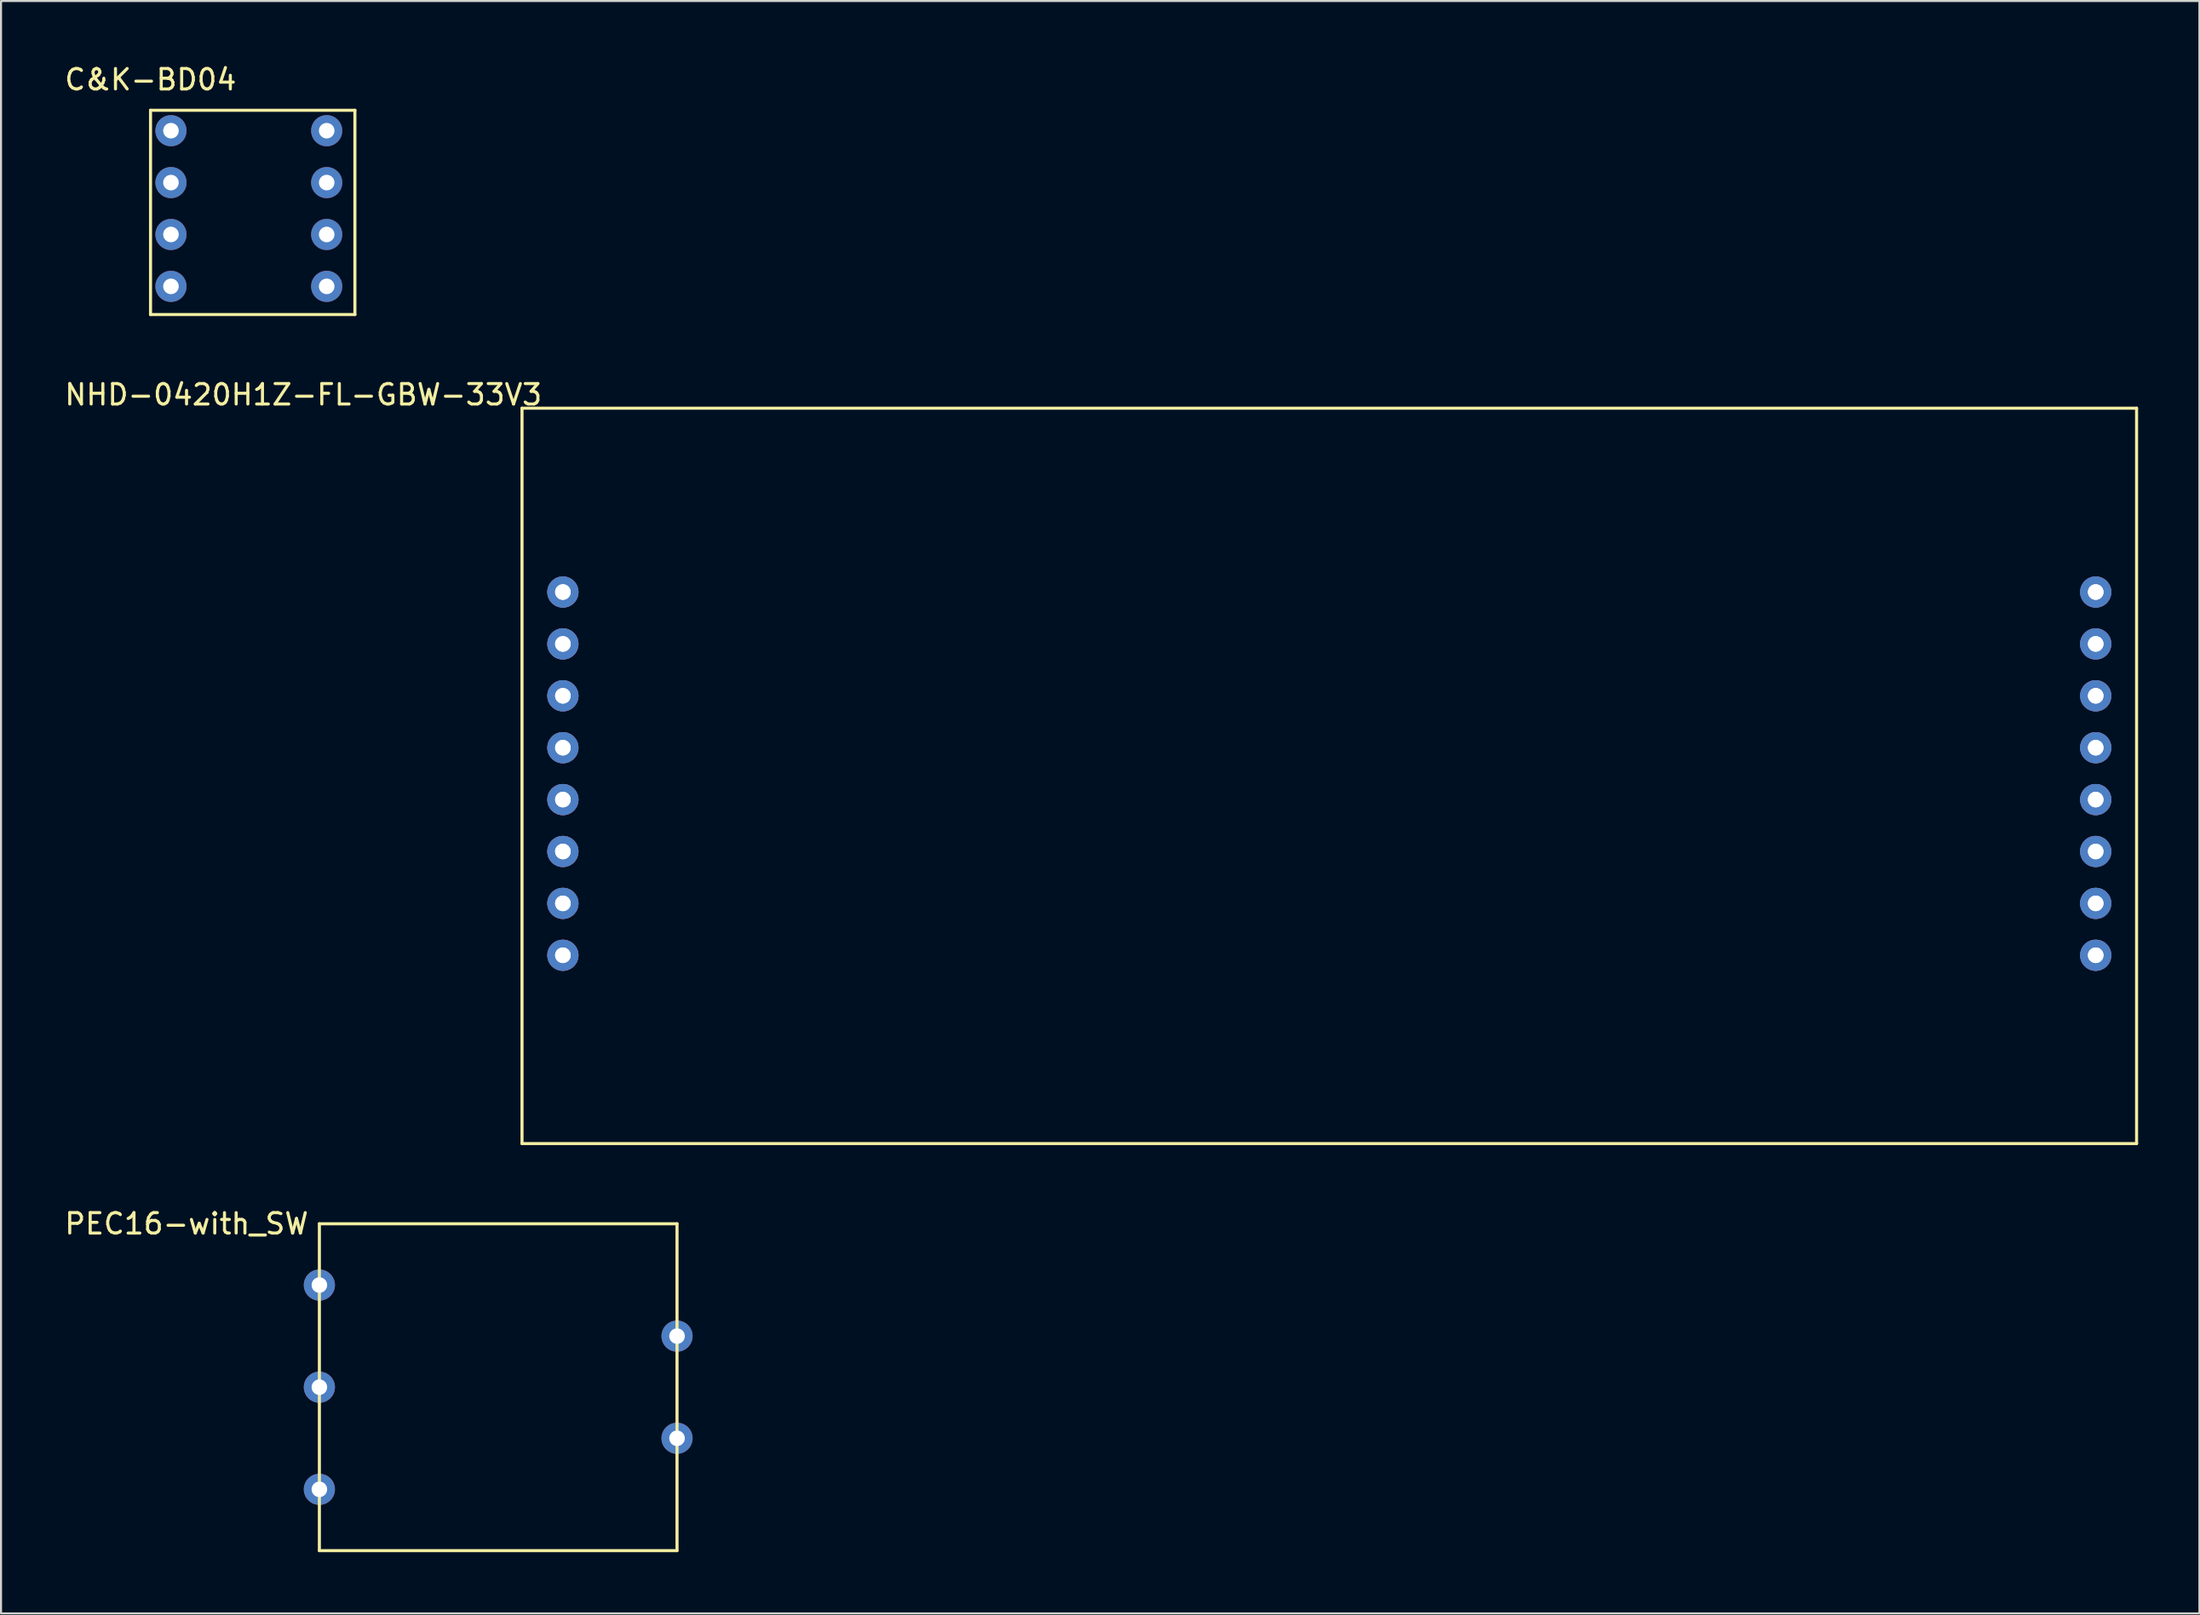
<source format=kicad_pcb>
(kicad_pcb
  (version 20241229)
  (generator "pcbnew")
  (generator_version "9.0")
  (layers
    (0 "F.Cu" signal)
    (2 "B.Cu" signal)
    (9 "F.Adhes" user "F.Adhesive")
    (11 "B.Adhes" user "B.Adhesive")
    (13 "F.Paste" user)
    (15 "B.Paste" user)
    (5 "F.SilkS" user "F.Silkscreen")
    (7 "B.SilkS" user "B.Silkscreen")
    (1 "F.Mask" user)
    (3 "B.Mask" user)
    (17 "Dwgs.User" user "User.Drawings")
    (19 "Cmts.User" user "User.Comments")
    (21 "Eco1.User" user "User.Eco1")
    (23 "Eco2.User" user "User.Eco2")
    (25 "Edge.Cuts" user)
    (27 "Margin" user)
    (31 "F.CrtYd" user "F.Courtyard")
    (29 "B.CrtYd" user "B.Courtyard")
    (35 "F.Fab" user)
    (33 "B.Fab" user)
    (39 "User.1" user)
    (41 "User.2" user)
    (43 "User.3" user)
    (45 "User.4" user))
  (footprint "NHD-0420H1Z-FL-GBW-33V3"
    (layer "F.Cu")
    (at 24.492 25.931)
    (property "Reference" "NHD-0420H1Z-FL-GBW-33V3" (at -12.7 -9.66 0) (layer "F.SilkS") (effects (font (size 1 1) (thickness 0.15))))
    (attr through_hole)
    (fp_line (start -2 -9) (end 77 -9) (stroke (width 0.15) (type solid)) (layer "F.SilkS"))
    (fp_line (start -2 27) (end -2 -9) (stroke (width 0.15) (type solid)) (layer "F.SilkS"))
    (fp_line (start 77 -9) (end 77 27) (stroke (width 0.15) (type solid)) (layer "F.SilkS"))
    (fp_line (start 77 27) (end -2 27) (stroke (width 0.15) (type solid)) (layer "F.SilkS"))
    (pad "1" thru_hole circle (at 0 0) (size 1.524 1.524) (drill 0.762) (layers "*.Cu" "*.Mask"))
    (pad "1" thru_hole circle (at 0 0) (size 1.524 1.524) (drill 0.762) (layers "*.Cu" "*.Mask"))
    (pad "2" thru_hole circle (at 0 2.54) (size 1.524 1.524) (drill 0.762) (layers "*.Cu" "*.Mask"))
    (pad "2" thru_hole circle (at 0 2.54) (size 1.524 1.524) (drill 0.762) (layers "*.Cu" "*.Mask"))
    (pad "3" thru_hole circle (at 0 5.08) (size 1.524 1.524) (drill 0.762) (layers "*.Cu" "*.Mask"))
    (pad "3" thru_hole circle (at 0 5.08) (size 1.524 1.524) (drill 0.762) (layers "*.Cu" "*.Mask"))
    (pad "4" thru_hole circle (at 0 7.62) (size 1.524 1.524) (drill 0.762) (layers "*.Cu" "*.Mask"))
    (pad "4" thru_hole circle (at 0 7.62) (size 1.524 1.524) (drill 0.762) (layers "*.Cu" "*.Mask"))
    (pad "5" thru_hole circle (at 0 10.16) (size 1.524 1.524) (drill 0.762) (layers "*.Cu" "*.Mask"))
    (pad "5" thru_hole circle (at 0 10.16) (size 1.524 1.524) (drill 0.762) (layers "*.Cu" "*.Mask"))
    (pad "6" thru_hole circle (at 0 12.7) (size 1.524 1.524) (drill 0.762) (layers "*.Cu" "*.Mask"))
    (pad "6" thru_hole circle (at 0 12.7) (size 1.524 1.524) (drill 0.762) (layers "*.Cu" "*.Mask"))
    (pad "7" thru_hole circle (at 0 15.24) (size 1.524 1.524) (drill 0.762) (layers "*.Cu" "*.Mask"))
    (pad "7" thru_hole circle (at 0 15.24) (size 1.524 1.524) (drill 0.762) (layers "*.Cu" "*.Mask"))
    (pad "8" thru_hole circle (at 0 17.78) (size 1.524 1.524) (drill 0.762) (layers "*.Cu" "*.Mask"))
    (pad "8" thru_hole circle (at 0 17.78) (size 1.524 1.524) (drill 0.762) (layers "*.Cu" "*.Mask"))
    (pad "9" thru_hole circle (at 75 0) (size 1.524 1.524) (drill 0.762) (layers "*.Cu" "*.Mask"))
    (pad "9" thru_hole circle (at 75 0) (size 1.524 1.524) (drill 0.762) (layers "*.Cu" "*.Mask"))
    (pad "10" thru_hole circle (at 75 2.54) (size 1.524 1.524) (drill 0.762) (layers "*.Cu" "*.Mask"))
    (pad "10" thru_hole circle (at 75 2.54) (size 1.524 1.524) (drill 0.762) (layers "*.Cu" "*.Mask"))
    (pad "11" thru_hole circle (at 75 5.08) (size 1.524 1.524) (drill 0.762) (layers "*.Cu" "*.Mask"))
    (pad "11" thru_hole circle (at 75 5.08) (size 1.524 1.524) (drill 0.762) (layers "*.Cu" "*.Mask"))
    (pad "12" thru_hole circle (at 75 7.62) (size 1.524 1.524) (drill 0.762) (layers "*.Cu" "*.Mask"))
    (pad "12" thru_hole circle (at 75 7.62) (size 1.524 1.524) (drill 0.762) (layers "*.Cu" "*.Mask"))
    (pad "13" thru_hole circle (at 75 10.16) (size 1.524 1.524) (drill 0.762) (layers "*.Cu" "*.Mask"))
    (pad "13" thru_hole circle (at 75 10.16) (size 1.524 1.524) (drill 0.762) (layers "*.Cu" "*.Mask"))
    (pad "14" thru_hole circle (at 75 12.7) (size 1.524 1.524) (drill 0.762) (layers "*.Cu" "*.Mask"))
    (pad "14" thru_hole circle (at 75 12.7) (size 1.524 1.524) (drill 0.762) (layers "*.Cu" "*.Mask"))
    (pad "15" thru_hole circle (at 75 15.24) (size 1.524 1.524) (drill 0.762) (layers "*.Cu" "*.Mask"))
    (pad "15" thru_hole circle (at 75 15.24) (size 1.524 1.524) (drill 0.762) (layers "*.Cu" "*.Mask"))
    (pad "16" thru_hole circle (at 75 17.78) (size 1.524 1.524) (drill 0.762) (layers "*.Cu" "*.Mask"))
    (pad "16" thru_hole circle (at 75 17.78) (size 1.524 1.524) (drill 0.762) (layers "*.Cu" "*.Mask")))
  (footprint "PEC16-with_SW"
    (layer "F.Cu")
    (at 12.577 64.855)
    (property "Reference" "PEC16-with_SW" (at -6.5 -8 0) (layer "F.SilkS") (effects (font (size 1 1) (thickness 0.15))))
    (attr through_hole)
    (fp_line (start 0 -8) (end 0 8) (stroke (width 0.15) (type solid)) (layer "F.SilkS"))
    (fp_line (start 0 8) (end 17.5 8) (stroke (width 0.15) (type solid)) (layer "F.SilkS"))
    (fp_line (start 17.5 -8) (end 0 -8) (stroke (width 0.15) (type solid)) (layer "F.SilkS"))
    (fp_line (start 17.5 8) (end 17.5 -8) (stroke (width 0.15) (type solid)) (layer "F.SilkS"))
    (pad "1" thru_hole circle (at 0 -5) (size 1.524 1.524) (drill 0.762) (layers "*.Cu" "*.Mask"))
    (pad "2" thru_hole circle (at 0 0) (size 1.524 1.524) (drill 0.762) (layers "*.Cu" "*.Mask"))
    (pad "3" thru_hole circle (at 0 5) (size 1.524 1.524) (drill 0.762) (layers "*.Cu" "*.Mask"))
    (pad "4" thru_hole circle (at 17.5 -2.5) (size 1.524 1.524) (drill 0.762) (layers "*.Cu" "*.Mask"))
    (pad "5" thru_hole circle (at 17.5 2.5) (size 1.524 1.524) (drill 0.762) (layers "*.Cu" "*.Mask")))
  (footprint "C&K-BD04"
    (layer "F.Cu")
    (at 5.315 3.348)
    (property "Reference" "C&K-BD04" (at -1 -2.5 0) (layer "F.SilkS") (effects (font (size 1 1) (thickness 0.15))))
    (attr through_hole)
    (fp_line (start -1 -1) (end 9 -1) (stroke (width 0.15) (type solid)) (layer "F.SilkS"))
    (fp_line (start -1 9) (end -1 -1) (stroke (width 0.15) (type solid)) (layer "F.SilkS"))
    (fp_line (start 9 -1) (end 9 9) (stroke (width 0.15) (type solid)) (layer "F.SilkS"))
    (fp_line (start 9 9) (end -1 9) (stroke (width 0.15) (type solid)) (layer "F.SilkS"))
    (pad "1" thru_hole circle (at 0 0) (size 1.524 1.524) (drill 0.762) (layers "*.Cu" "*.Mask"))
    (pad "2" thru_hole circle (at 0 2.54) (size 1.524 1.524) (drill 0.762) (layers "*.Cu" "*.Mask"))
    (pad "3" thru_hole circle (at 0 5.08) (size 1.524 1.524) (drill 0.762) (layers "*.Cu" "*.Mask"))
    (pad "4" thru_hole circle (at 0 7.62) (size 1.524 1.524) (drill 0.762) (layers "*.Cu" "*.Mask"))
    (pad "5" thru_hole circle (at 7.62 7.62) (size 1.524 1.524) (drill 0.762) (layers "*.Cu" "*.Mask"))
    (pad "6" thru_hole circle (at 7.62 5.08) (size 1.524 1.524) (drill 0.762) (layers "*.Cu" "*.Mask"))
    (pad "7" thru_hole circle (at 7.62 2.54) (size 1.524 1.524) (drill 0.762) (layers "*.Cu" "*.Mask"))
    (pad "8" thru_hole circle (at 7.62 0) (size 1.524 1.524) (drill 0.762) (layers "*.Cu" "*.Mask")))
  (gr_rect
    (start -3 -3)
    (end 104.567 75.93)
    (stroke (width 0.1) (type default))
    (fill no)
    (layer "Edge.Cuts")))
</source>
